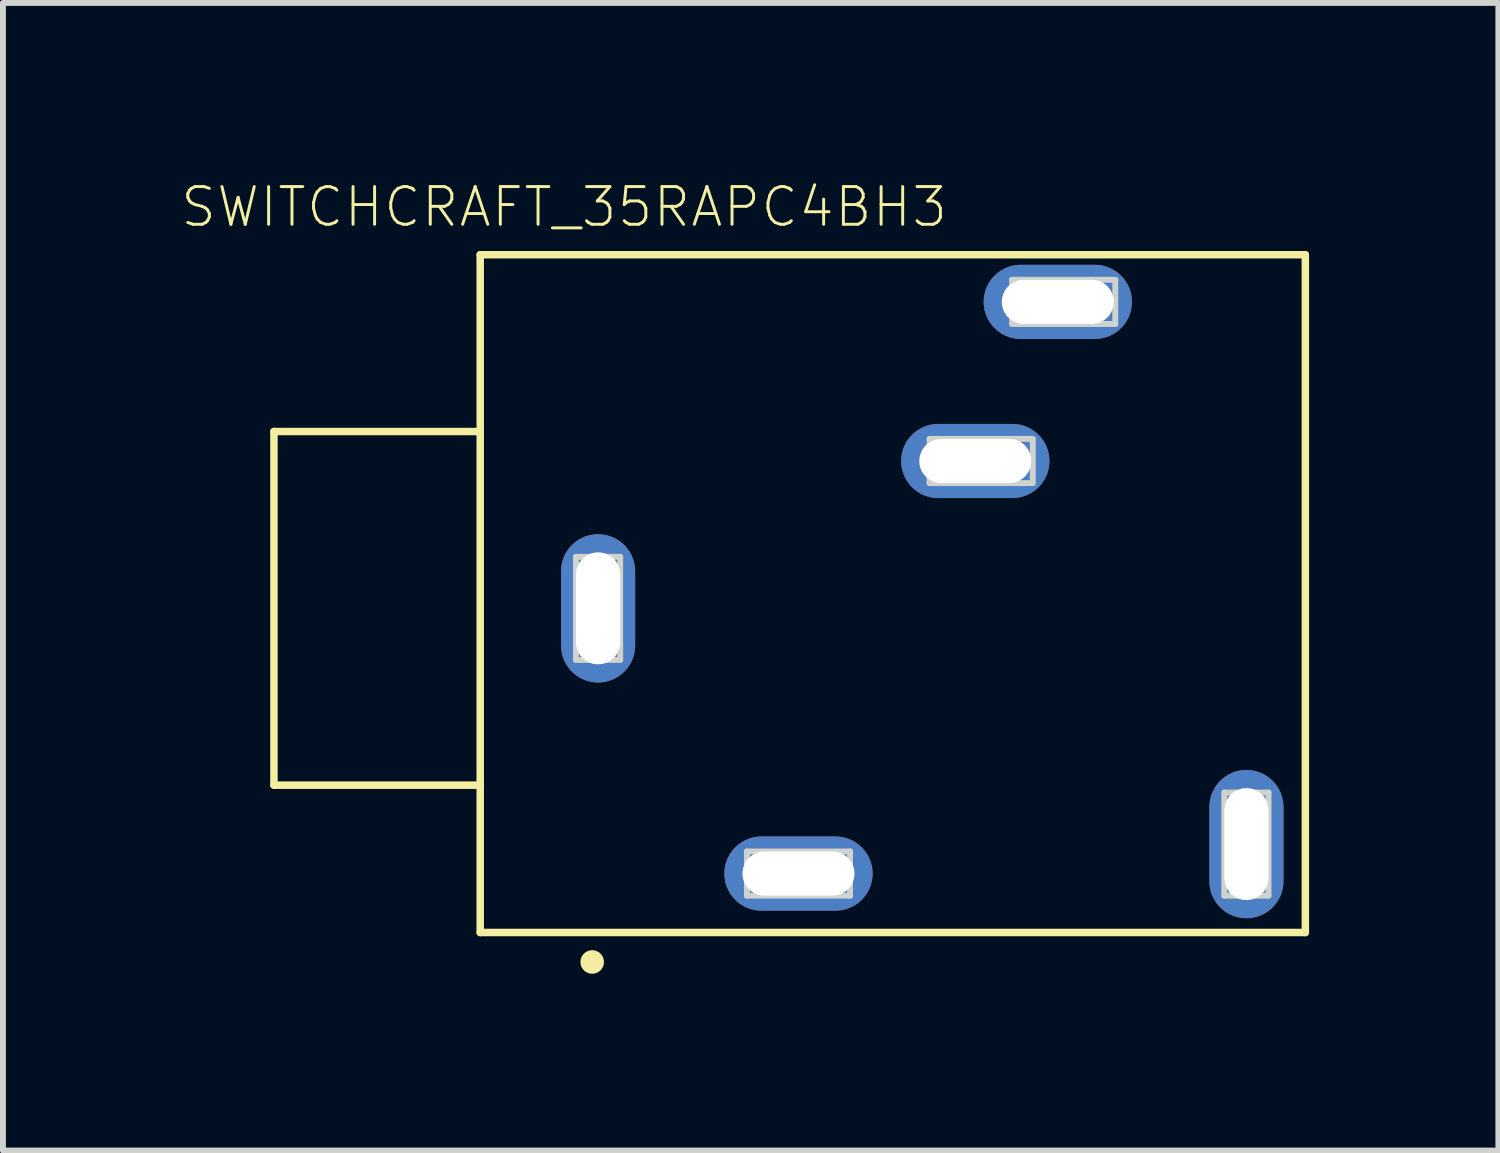
<source format=kicad_pcb>
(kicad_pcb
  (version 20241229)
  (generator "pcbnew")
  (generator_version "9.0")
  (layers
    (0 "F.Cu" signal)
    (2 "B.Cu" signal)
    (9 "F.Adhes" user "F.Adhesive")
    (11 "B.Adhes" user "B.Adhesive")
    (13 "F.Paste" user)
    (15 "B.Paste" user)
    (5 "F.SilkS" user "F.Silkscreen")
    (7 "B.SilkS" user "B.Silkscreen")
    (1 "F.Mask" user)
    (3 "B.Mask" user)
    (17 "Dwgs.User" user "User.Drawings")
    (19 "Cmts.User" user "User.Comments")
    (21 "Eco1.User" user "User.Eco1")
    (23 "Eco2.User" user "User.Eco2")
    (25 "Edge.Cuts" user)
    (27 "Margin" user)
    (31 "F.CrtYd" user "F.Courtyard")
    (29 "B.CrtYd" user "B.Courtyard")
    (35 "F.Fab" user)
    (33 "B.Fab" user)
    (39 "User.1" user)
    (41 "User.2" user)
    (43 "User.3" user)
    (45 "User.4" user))
  (footprint "SWITCHCRAFT_35RAPC4BH3"
    (layer "F.Cu")
    (at 12.098 7.022)
    (property "Reference" "SWITCHCRAFT_35RAPC4BH3" (at -5.577 -6.56 0) (layer "F.SilkS") (effects (font (size 0.64 0.64) (thickness 0.05))))
    (attr through_hole)
    (fp_line (start -10.5 -2.75) (end -10.5 3.25) (stroke (width 0.127) (type solid)) (layer "F.SilkS"))
    (fp_line (start -10.5 3.25) (end -7 3.25) (stroke (width 0.127) (type solid)) (layer "F.SilkS"))
    (fp_line (start -7 -5.75) (end 7 -5.75) (stroke (width 0.127) (type solid)) (layer "F.SilkS"))
    (fp_line (start -7 -2.75) (end -10.5 -2.75) (stroke (width 0.127) (type solid)) (layer "F.SilkS"))
    (fp_line (start -7 -2.75) (end -7 -5.75) (stroke (width 0.127) (type solid)) (layer "F.SilkS"))
    (fp_line (start -7 3.25) (end -7 -2.75) (stroke (width 0.127) (type solid)) (layer "F.SilkS"))
    (fp_line (start -7 5.75) (end -7 3.25) (stroke (width 0.127) (type solid)) (layer "F.SilkS"))
    (fp_line (start 7 -5.75) (end 7 5.75) (stroke (width 0.127) (type solid)) (layer "F.SilkS"))
    (fp_line (start 7 5.75) (end -7 5.75) (stroke (width 0.127) (type solid)) (layer "F.SilkS"))
    (fp_circle (center -5.1 6.25) (end -5 6.25) (stroke (width 0.2) (type solid)) (fill no) (layer "F.SilkS"))
    (fp_line (start -10.75 -3) (end -7.25 -3) (stroke (width 0.05) (type solid)) (layer "Eco1.User"))
    (fp_line (start -10.75 3.5) (end -10.75 -3) (stroke (width 0.05) (type solid)) (layer "Eco1.User"))
    (fp_line (start -7.25 -6) (end 7.25 -6) (stroke (width 0.05) (type solid)) (layer "Eco1.User"))
    (fp_line (start -7.25 -3) (end -7.25 -6) (stroke (width 0.05) (type solid)) (layer "Eco1.User"))
    (fp_line (start -7.25 3.5) (end -10.75 3.5) (stroke (width 0.05) (type solid)) (layer "Eco1.User"))
    (fp_line (start -7.25 6) (end -7.25 3.5) (stroke (width 0.05) (type solid)) (layer "Eco1.User"))
    (fp_line (start 7.25 -6) (end 7.25 6) (stroke (width 0.05) (type solid)) (layer "Eco1.User"))
    (fp_line (start 7.25 6) (end -7.25 6) (stroke (width 0.05) (type solid)) (layer "Eco1.User"))
    (fp_line (start -10.5 -2.75) (end -10.5 3.25) (stroke (width 0.127) (type solid)) (layer "Eco2.User"))
    (fp_line (start -10.5 3.25) (end -7 3.25) (stroke (width 0.127) (type solid)) (layer "Eco2.User"))
    (fp_line (start -7 -5.75) (end 7 -5.75) (stroke (width 0.127) (type solid)) (layer "Eco2.User"))
    (fp_line (start -7 -2.75) (end -10.5 -2.75) (stroke (width 0.127) (type solid)) (layer "Eco2.User"))
    (fp_line (start -7 -2.75) (end -7 -5.75) (stroke (width 0.127) (type solid)) (layer "Eco2.User"))
    (fp_line (start -7 3.25) (end -7 -2.75) (stroke (width 0.127) (type solid)) (layer "Eco2.User"))
    (fp_line (start -7 5.75) (end -7 3.25) (stroke (width 0.127) (type solid)) (layer "Eco2.User"))
    (fp_line (start 7 -5.75) (end 7 5.75) (stroke (width 0.127) (type solid)) (layer "Eco2.User"))
    (fp_line (start 7 5.75) (end -7 5.75) (stroke (width 0.127) (type solid)) (layer "Eco2.User"))
    (fp_circle (center -6.1 0.25) (end -6 0.25) (stroke (width 0.2) (type solid)) (fill no) (layer "Eco2.User"))
    (fp_line (start -5.375 -0.625) (end -5.375 1.125) (stroke (width 0.1) (type solid)) (layer "Edge.Cuts"))
    (fp_line (start -5.375 -0.625) (end -4.625 -0.625) (stroke (width 0.1) (type solid)) (layer "Edge.Cuts"))
    (fp_line (start -5.375 1.125) (end -4.625 1.125) (stroke (width 0.1) (type solid)) (layer "Edge.Cuts"))
    (fp_line (start -4.97 -0.13) (end -4.98 -0.13) (stroke (width 0.1) (type solid)) (layer "Edge.Cuts"))
    (fp_line (start -4.625 1.125) (end -4.625 -0.625) (stroke (width 0.1) (type solid)) (layer "Edge.Cuts"))
    (fp_line (start -2.475 5.125) (end -2.475 4.375) (stroke (width 0.1) (type solid)) (layer "Edge.Cuts"))
    (fp_line (start -2.475 5.125) (end -0.725 5.125) (stroke (width 0.1) (type solid)) (layer "Edge.Cuts"))
    (fp_line (start -1.98 4.72) (end -1.98 4.73) (stroke (width 0.1) (type solid)) (layer "Edge.Cuts"))
    (fp_line (start -0.725 4.375) (end -2.475 4.375) (stroke (width 0.1) (type solid)) (layer "Edge.Cuts"))
    (fp_line (start -0.725 5.125) (end -0.725 4.375) (stroke (width 0.1) (type solid)) (layer "Edge.Cuts"))
    (fp_line (start 0.625 -1.875) (end 0.625 -2.625) (stroke (width 0.1) (type solid)) (layer "Edge.Cuts"))
    (fp_line (start 0.625 -1.875) (end 2.375 -1.875) (stroke (width 0.1) (type solid)) (layer "Edge.Cuts"))
    (fp_line (start 1.12 -2.28) (end 1.12 -2.27) (stroke (width 0.1) (type solid)) (layer "Edge.Cuts"))
    (fp_line (start 2.025 -4.575) (end 2.025 -5.325) (stroke (width 0.1) (type solid)) (layer "Edge.Cuts"))
    (fp_line (start 2.025 -4.575) (end 3.775 -4.575) (stroke (width 0.1) (type solid)) (layer "Edge.Cuts"))
    (fp_line (start 2.375 -2.625) (end 0.625 -2.625) (stroke (width 0.1) (type solid)) (layer "Edge.Cuts"))
    (fp_line (start 2.375 -1.875) (end 2.375 -2.625) (stroke (width 0.1) (type solid)) (layer "Edge.Cuts"))
    (fp_line (start 2.52 -4.98) (end 2.52 -4.97) (stroke (width 0.1) (type solid)) (layer "Edge.Cuts"))
    (fp_line (start 3.775 -5.325) (end 2.025 -5.325) (stroke (width 0.1) (type solid)) (layer "Edge.Cuts"))
    (fp_line (start 3.775 -4.575) (end 3.775 -5.325) (stroke (width 0.1) (type solid)) (layer "Edge.Cuts"))
    (fp_line (start 5.625 3.375) (end 5.625 5.125) (stroke (width 0.1) (type solid)) (layer "Edge.Cuts"))
    (fp_line (start 5.625 3.375) (end 6.375 3.375) (stroke (width 0.1) (type solid)) (layer "Edge.Cuts"))
    (fp_line (start 5.625 5.125) (end 6.375 5.125) (stroke (width 0.1) (type solid)) (layer "Edge.Cuts"))
    (fp_line (start 6.03 3.87) (end 6.02 3.87) (stroke (width 0.1) (type solid)) (layer "Edge.Cuts"))
    (fp_line (start 6.375 5.125) (end 6.375 3.375) (stroke (width 0.1) (type solid)) (layer "Edge.Cuts"))
    (pad "1" thru_hole oval (at -5 0.25 90) (size 2.516 1.258) (drill oval 1.9 0.75) (layers "*.Cu" "*.Mask"))
    (pad "2" thru_hole oval (at 2.8 -4.95 180) (size 2.516 1.258) (drill oval 1.9 0.75) (layers "*.Cu" "*.Mask"))
    (pad "3" thru_hole oval (at 1.4 -2.25 180) (size 2.516 1.258) (drill oval 1.9 0.75) (layers "*.Cu" "*.Mask"))
    (pad "4" thru_hole oval (at 6 4.25 270) (size 2.516 1.258) (drill oval 1.9 0.75) (layers "*.Cu" "*.Mask"))
    (pad "5" thru_hole oval (at -1.6 4.75) (size 2.516 1.258) (drill oval 1.9 0.75) (layers "*.Cu" "*.Mask")))
  (gr_rect
    (start -3 -3)
    (end 22.373 16.472)
    (stroke (width 0.1) (type default))
    (fill no)
    (layer "Edge.Cuts")))
</source>
